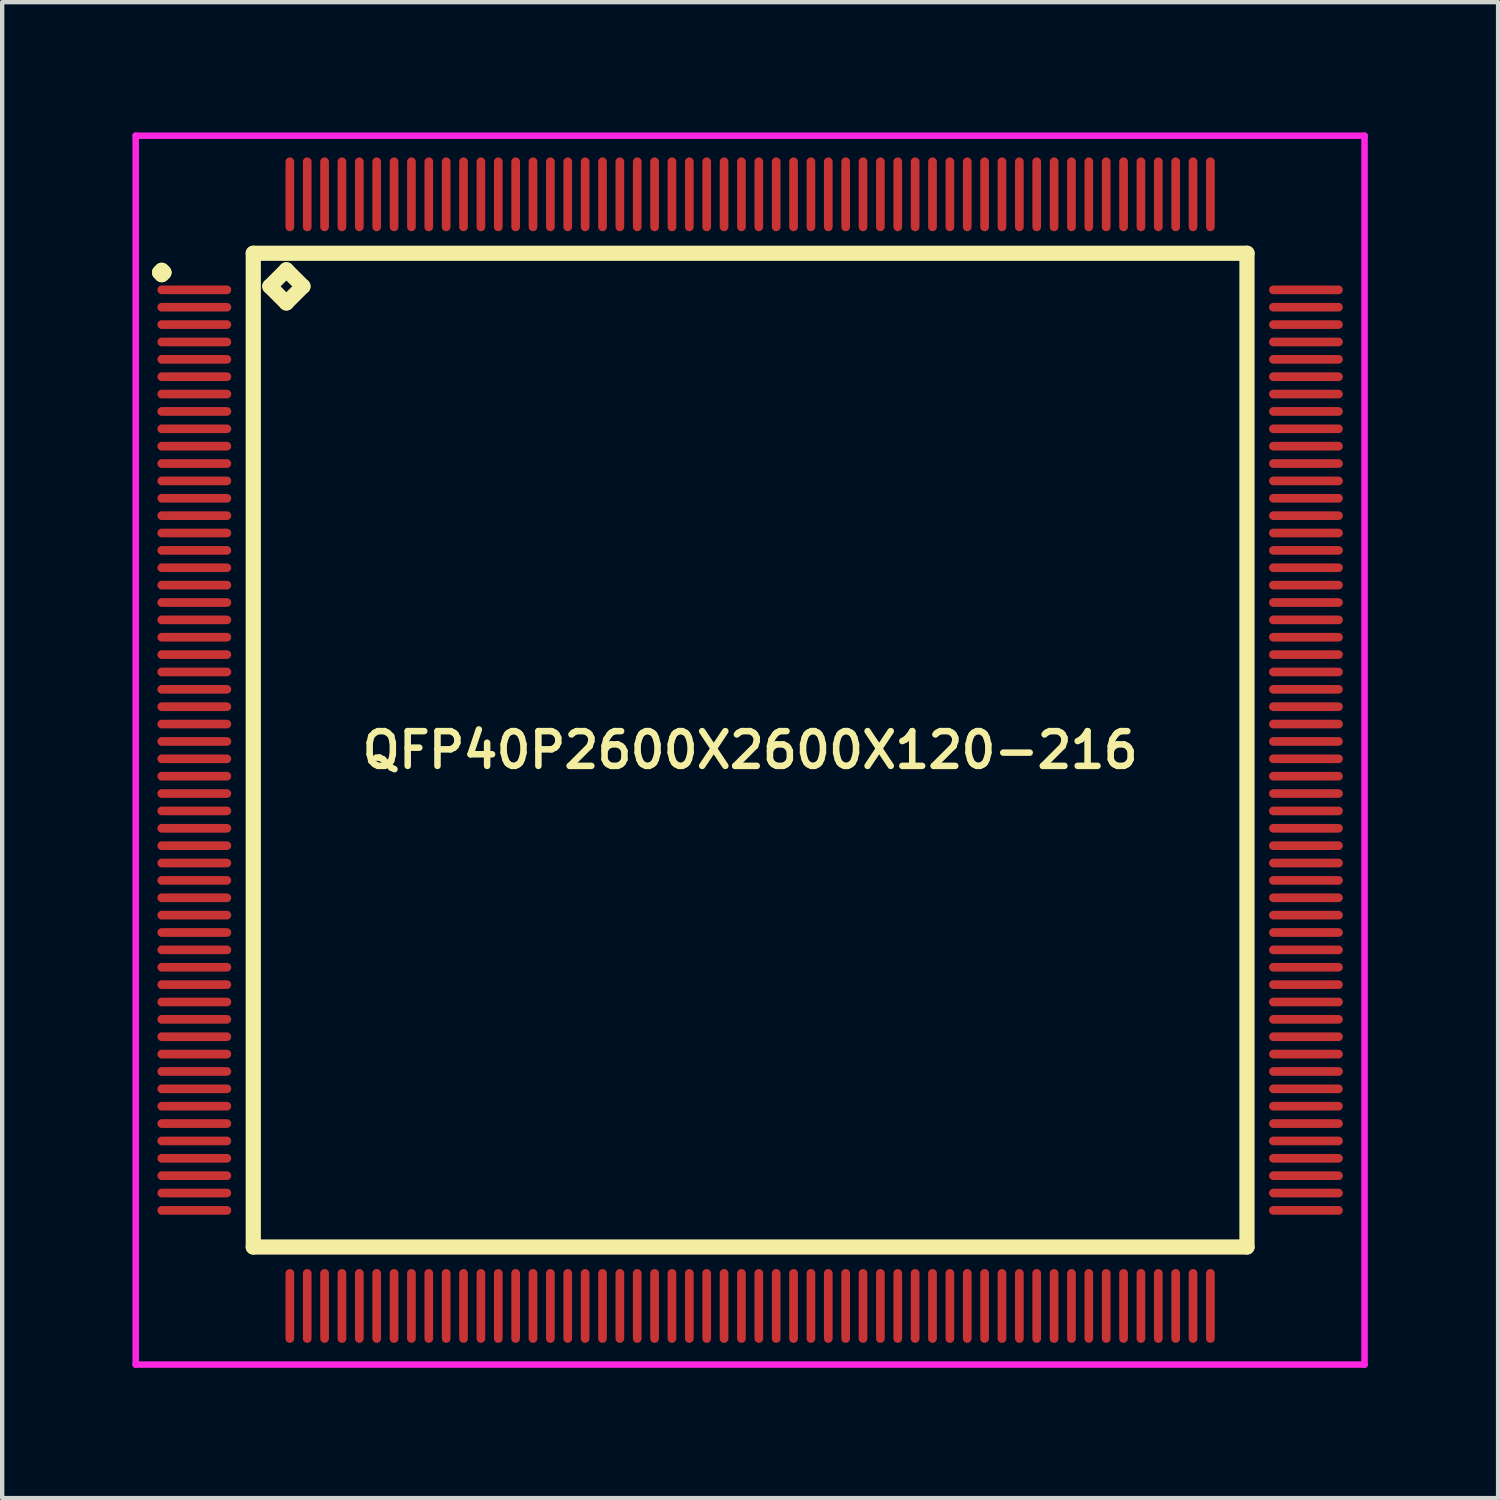
<source format=kicad_pcb>
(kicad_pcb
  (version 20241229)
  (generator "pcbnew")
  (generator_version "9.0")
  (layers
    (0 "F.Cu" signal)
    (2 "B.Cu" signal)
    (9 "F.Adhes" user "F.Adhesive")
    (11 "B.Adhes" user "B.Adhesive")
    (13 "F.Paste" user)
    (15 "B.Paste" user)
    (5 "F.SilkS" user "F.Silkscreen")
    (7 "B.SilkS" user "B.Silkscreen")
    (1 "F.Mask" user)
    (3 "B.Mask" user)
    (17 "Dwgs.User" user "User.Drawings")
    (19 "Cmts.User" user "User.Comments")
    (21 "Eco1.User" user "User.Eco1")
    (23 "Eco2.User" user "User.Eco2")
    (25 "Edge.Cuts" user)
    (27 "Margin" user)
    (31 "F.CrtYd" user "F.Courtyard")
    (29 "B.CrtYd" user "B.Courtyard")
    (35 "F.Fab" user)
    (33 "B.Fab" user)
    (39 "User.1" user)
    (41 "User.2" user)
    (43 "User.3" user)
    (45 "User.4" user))
  (footprint "QFP40P2600X2600X120-216"
    (layer "F.Cu")
    (at 14.225 14.225)
    (property "Reference" "QFP40P2600X2600X120-216" (at 0 0 0) (layer "F.SilkS") (effects (font (size 0.8 0.8) (thickness 0.15))))
    (attr through_hole)
    (fp_line (start -13.6 -11) (end -13.55 -11.05) (stroke (width 0.35) (type solid)) (layer "F.SilkS"))
    (fp_line (start -13.55 -11.05) (end -13.5 -11) (stroke (width 0.35) (type solid)) (layer "F.SilkS"))
    (fp_line (start -13.55 -10.95) (end -13.6 -11) (stroke (width 0.35) (type solid)) (layer "F.SilkS"))
    (fp_line (start -13.5 -11) (end -13.55 -10.95) (stroke (width 0.35) (type solid)) (layer "F.SilkS"))
    (fp_line (start -11.442 -11.442) (end -11.442 11.442) (stroke (width 0.35) (type solid)) (layer "F.SilkS"))
    (fp_line (start -11.442 11.442) (end 11.442 11.442) (stroke (width 0.35) (type solid)) (layer "F.SilkS"))
    (fp_line (start -11.061 -10.68) (end -10.68 -11.061) (stroke (width 0.35) (type solid)) (layer "F.SilkS"))
    (fp_line (start -10.68 -11.061) (end -10.299 -10.68) (stroke (width 0.35) (type solid)) (layer "F.SilkS"))
    (fp_line (start -10.68 -10.299) (end -11.061 -10.68) (stroke (width 0.35) (type solid)) (layer "F.SilkS"))
    (fp_line (start -10.299 -10.68) (end -10.68 -10.299) (stroke (width 0.35) (type solid)) (layer "F.SilkS"))
    (fp_line (start 11.442 -11.442) (end -11.442 -11.442) (stroke (width 0.35) (type solid)) (layer "F.SilkS"))
    (fp_line (start 11.442 11.442) (end 11.442 -11.442) (stroke (width 0.35) (type solid)) (layer "F.SilkS"))
    (fp_line (start -14.15 -14.15) (end 14.15 -14.15) (stroke (width 0.15) (type solid)) (layer "F.CrtYd"))
    (fp_line (start -14.15 14.15) (end -14.15 -14.15) (stroke (width 0.15) (type solid)) (layer "F.CrtYd"))
    (fp_line (start 14.15 -14.15) (end 14.15 14.15) (stroke (width 0.15) (type solid)) (layer "F.CrtYd"))
    (fp_line (start 14.15 14.15) (end -14.15 14.15) (stroke (width 0.15) (type solid)) (layer "F.CrtYd"))
    (pad "1" smd oval (at -12.8 -10.6) (size 1.7 0.2) (layers "F.Cu" "F.Mask" "F.Paste"))
    (pad "2" smd oval (at -12.8 -10.2) (size 1.7 0.2) (layers "F.Cu" "F.Mask" "F.Paste"))
    (pad "3" smd oval (at -12.8 -9.8) (size 1.7 0.2) (layers "F.Cu" "F.Mask" "F.Paste"))
    (pad "4" smd oval (at -12.8 -9.4) (size 1.7 0.2) (layers "F.Cu" "F.Mask" "F.Paste"))
    (pad "5" smd oval (at -12.8 -9) (size 1.7 0.2) (layers "F.Cu" "F.Mask" "F.Paste"))
    (pad "6" smd oval (at -12.8 -8.6) (size 1.7 0.2) (layers "F.Cu" "F.Mask" "F.Paste"))
    (pad "7" smd oval (at -12.8 -8.2) (size 1.7 0.2) (layers "F.Cu" "F.Mask" "F.Paste"))
    (pad "8" smd oval (at -12.8 -7.8) (size 1.7 0.2) (layers "F.Cu" "F.Mask" "F.Paste"))
    (pad "9" smd oval (at -12.8 -7.4) (size 1.7 0.2) (layers "F.Cu" "F.Mask" "F.Paste"))
    (pad "10" smd oval (at -12.8 -7) (size 1.7 0.2) (layers "F.Cu" "F.Mask" "F.Paste"))
    (pad "11" smd oval (at -12.8 -6.6) (size 1.7 0.2) (layers "F.Cu" "F.Mask" "F.Paste"))
    (pad "12" smd oval (at -12.8 -6.2) (size 1.7 0.2) (layers "F.Cu" "F.Mask" "F.Paste"))
    (pad "13" smd oval (at -12.8 -5.8) (size 1.7 0.2) (layers "F.Cu" "F.Mask" "F.Paste"))
    (pad "14" smd oval (at -12.8 -5.4) (size 1.7 0.2) (layers "F.Cu" "F.Mask" "F.Paste"))
    (pad "15" smd oval (at -12.8 -5) (size 1.7 0.2) (layers "F.Cu" "F.Mask" "F.Paste"))
    (pad "16" smd oval (at -12.8 -4.6) (size 1.7 0.2) (layers "F.Cu" "F.Mask" "F.Paste"))
    (pad "17" smd oval (at -12.8 -4.2) (size 1.7 0.2) (layers "F.Cu" "F.Mask" "F.Paste"))
    (pad "18" smd oval (at -12.8 -3.8) (size 1.7 0.2) (layers "F.Cu" "F.Mask" "F.Paste"))
    (pad "19" smd oval (at -12.8 -3.4) (size 1.7 0.2) (layers "F.Cu" "F.Mask" "F.Paste"))
    (pad "20" smd oval (at -12.8 -3) (size 1.7 0.2) (layers "F.Cu" "F.Mask" "F.Paste"))
    (pad "21" smd oval (at -12.8 -2.6) (size 1.7 0.2) (layers "F.Cu" "F.Mask" "F.Paste"))
    (pad "22" smd oval (at -12.8 -2.2) (size 1.7 0.2) (layers "F.Cu" "F.Mask" "F.Paste"))
    (pad "23" smd oval (at -12.8 -1.8) (size 1.7 0.2) (layers "F.Cu" "F.Mask" "F.Paste"))
    (pad "24" smd oval (at -12.8 -1.4) (size 1.7 0.2) (layers "F.Cu" "F.Mask" "F.Paste"))
    (pad "25" smd oval (at -12.8 -1) (size 1.7 0.2) (layers "F.Cu" "F.Mask" "F.Paste"))
    (pad "26" smd oval (at -12.8 -0.6) (size 1.7 0.2) (layers "F.Cu" "F.Mask" "F.Paste"))
    (pad "27" smd oval (at -12.8 -0.2) (size 1.7 0.2) (layers "F.Cu" "F.Mask" "F.Paste"))
    (pad "28" smd oval (at -12.8 0.2) (size 1.7 0.2) (layers "F.Cu" "F.Mask" "F.Paste"))
    (pad "29" smd oval (at -12.8 0.6) (size 1.7 0.2) (layers "F.Cu" "F.Mask" "F.Paste"))
    (pad "30" smd oval (at -12.8 1) (size 1.7 0.2) (layers "F.Cu" "F.Mask" "F.Paste"))
    (pad "31" smd oval (at -12.8 1.4) (size 1.7 0.2) (layers "F.Cu" "F.Mask" "F.Paste"))
    (pad "32" smd oval (at -12.8 1.8) (size 1.7 0.2) (layers "F.Cu" "F.Mask" "F.Paste"))
    (pad "33" smd oval (at -12.8 2.2) (size 1.7 0.2) (layers "F.Cu" "F.Mask" "F.Paste"))
    (pad "34" smd oval (at -12.8 2.6) (size 1.7 0.2) (layers "F.Cu" "F.Mask" "F.Paste"))
    (pad "35" smd oval (at -12.8 3) (size 1.7 0.2) (layers "F.Cu" "F.Mask" "F.Paste"))
    (pad "36" smd oval (at -12.8 3.4) (size 1.7 0.2) (layers "F.Cu" "F.Mask" "F.Paste"))
    (pad "37" smd oval (at -12.8 3.8) (size 1.7 0.2) (layers "F.Cu" "F.Mask" "F.Paste"))
    (pad "38" smd oval (at -12.8 4.2) (size 1.7 0.2) (layers "F.Cu" "F.Mask" "F.Paste"))
    (pad "39" smd oval (at -12.8 4.6) (size 1.7 0.2) (layers "F.Cu" "F.Mask" "F.Paste"))
    (pad "40" smd oval (at -12.8 5) (size 1.7 0.2) (layers "F.Cu" "F.Mask" "F.Paste"))
    (pad "41" smd oval (at -12.8 5.4) (size 1.7 0.2) (layers "F.Cu" "F.Mask" "F.Paste"))
    (pad "42" smd oval (at -12.8 5.8) (size 1.7 0.2) (layers "F.Cu" "F.Mask" "F.Paste"))
    (pad "43" smd oval (at -12.8 6.2) (size 1.7 0.2) (layers "F.Cu" "F.Mask" "F.Paste"))
    (pad "44" smd oval (at -12.8 6.6) (size 1.7 0.2) (layers "F.Cu" "F.Mask" "F.Paste"))
    (pad "45" smd oval (at -12.8 7) (size 1.7 0.2) (layers "F.Cu" "F.Mask" "F.Paste"))
    (pad "46" smd oval (at -12.8 7.4) (size 1.7 0.2) (layers "F.Cu" "F.Mask" "F.Paste"))
    (pad "47" smd oval (at -12.8 7.8) (size 1.7 0.2) (layers "F.Cu" "F.Mask" "F.Paste"))
    (pad "48" smd oval (at -12.8 8.2) (size 1.7 0.2) (layers "F.Cu" "F.Mask" "F.Paste"))
    (pad "49" smd oval (at -12.8 8.6) (size 1.7 0.2) (layers "F.Cu" "F.Mask" "F.Paste"))
    (pad "50" smd oval (at -12.8 9) (size 1.7 0.2) (layers "F.Cu" "F.Mask" "F.Paste"))
    (pad "51" smd oval (at -12.8 9.4) (size 1.7 0.2) (layers "F.Cu" "F.Mask" "F.Paste"))
    (pad "52" smd oval (at -12.8 9.8) (size 1.7 0.2) (layers "F.Cu" "F.Mask" "F.Paste"))
    (pad "53" smd oval (at -12.8 10.2) (size 1.7 0.2) (layers "F.Cu" "F.Mask" "F.Paste"))
    (pad "54" smd oval (at -12.8 10.6) (size 1.7 0.2) (layers "F.Cu" "F.Mask" "F.Paste"))
    (pad "55" smd oval (at -10.6 12.8) (size 0.2 1.7) (layers "F.Cu" "F.Mask" "F.Paste"))
    (pad "56" smd oval (at -10.2 12.8) (size 0.2 1.7) (layers "F.Cu" "F.Mask" "F.Paste"))
    (pad "57" smd oval (at -9.8 12.8) (size 0.2 1.7) (layers "F.Cu" "F.Mask" "F.Paste"))
    (pad "58" smd oval (at -9.4 12.8) (size 0.2 1.7) (layers "F.Cu" "F.Mask" "F.Paste"))
    (pad "59" smd oval (at -9 12.8) (size 0.2 1.7) (layers "F.Cu" "F.Mask" "F.Paste"))
    (pad "60" smd oval (at -8.6 12.8) (size 0.2 1.7) (layers "F.Cu" "F.Mask" "F.Paste"))
    (pad "61" smd oval (at -8.2 12.8) (size 0.2 1.7) (layers "F.Cu" "F.Mask" "F.Paste"))
    (pad "62" smd oval (at -7.8 12.8) (size 0.2 1.7) (layers "F.Cu" "F.Mask" "F.Paste"))
    (pad "63" smd oval (at -7.4 12.8) (size 0.2 1.7) (layers "F.Cu" "F.Mask" "F.Paste"))
    (pad "64" smd oval (at -7 12.8) (size 0.2 1.7) (layers "F.Cu" "F.Mask" "F.Paste"))
    (pad "65" smd oval (at -6.6 12.8) (size 0.2 1.7) (layers "F.Cu" "F.Mask" "F.Paste"))
    (pad "66" smd oval (at -6.2 12.8) (size 0.2 1.7) (layers "F.Cu" "F.Mask" "F.Paste"))
    (pad "67" smd oval (at -5.8 12.8) (size 0.2 1.7) (layers "F.Cu" "F.Mask" "F.Paste"))
    (pad "68" smd oval (at -5.4 12.8) (size 0.2 1.7) (layers "F.Cu" "F.Mask" "F.Paste"))
    (pad "69" smd oval (at -5 12.8) (size 0.2 1.7) (layers "F.Cu" "F.Mask" "F.Paste"))
    (pad "70" smd oval (at -4.6 12.8) (size 0.2 1.7) (layers "F.Cu" "F.Mask" "F.Paste"))
    (pad "71" smd oval (at -4.2 12.8) (size 0.2 1.7) (layers "F.Cu" "F.Mask" "F.Paste"))
    (pad "72" smd oval (at -3.8 12.8) (size 0.2 1.7) (layers "F.Cu" "F.Mask" "F.Paste"))
    (pad "73" smd oval (at -3.4 12.8) (size 0.2 1.7) (layers "F.Cu" "F.Mask" "F.Paste"))
    (pad "74" smd oval (at -3 12.8) (size 0.2 1.7) (layers "F.Cu" "F.Mask" "F.Paste"))
    (pad "75" smd oval (at -2.6 12.8) (size 0.2 1.7) (layers "F.Cu" "F.Mask" "F.Paste"))
    (pad "76" smd oval (at -2.2 12.8) (size 0.2 1.7) (layers "F.Cu" "F.Mask" "F.Paste"))
    (pad "77" smd oval (at -1.8 12.8) (size 0.2 1.7) (layers "F.Cu" "F.Mask" "F.Paste"))
    (pad "78" smd oval (at -1.4 12.8) (size 0.2 1.7) (layers "F.Cu" "F.Mask" "F.Paste"))
    (pad "79" smd oval (at -1 12.8) (size 0.2 1.7) (layers "F.Cu" "F.Mask" "F.Paste"))
    (pad "80" smd oval (at -0.6 12.8) (size 0.2 1.7) (layers "F.Cu" "F.Mask" "F.Paste"))
    (pad "81" smd oval (at -0.2 12.8) (size 0.2 1.7) (layers "F.Cu" "F.Mask" "F.Paste"))
    (pad "82" smd oval (at 0.2 12.8) (size 0.2 1.7) (layers "F.Cu" "F.Mask" "F.Paste"))
    (pad "83" smd oval (at 0.6 12.8) (size 0.2 1.7) (layers "F.Cu" "F.Mask" "F.Paste"))
    (pad "84" smd oval (at 1 12.8) (size 0.2 1.7) (layers "F.Cu" "F.Mask" "F.Paste"))
    (pad "85" smd oval (at 1.4 12.8) (size 0.2 1.7) (layers "F.Cu" "F.Mask" "F.Paste"))
    (pad "86" smd oval (at 1.8 12.8) (size 0.2 1.7) (layers "F.Cu" "F.Mask" "F.Paste"))
    (pad "87" smd oval (at 2.2 12.8) (size 0.2 1.7) (layers "F.Cu" "F.Mask" "F.Paste"))
    (pad "88" smd oval (at 2.6 12.8) (size 0.2 1.7) (layers "F.Cu" "F.Mask" "F.Paste"))
    (pad "89" smd oval (at 3 12.8) (size 0.2 1.7) (layers "F.Cu" "F.Mask" "F.Paste"))
    (pad "90" smd oval (at 3.4 12.8) (size 0.2 1.7) (layers "F.Cu" "F.Mask" "F.Paste"))
    (pad "91" smd oval (at 3.8 12.8) (size 0.2 1.7) (layers "F.Cu" "F.Mask" "F.Paste"))
    (pad "92" smd oval (at 4.2 12.8) (size 0.2 1.7) (layers "F.Cu" "F.Mask" "F.Paste"))
    (pad "93" smd oval (at 4.6 12.8) (size 0.2 1.7) (layers "F.Cu" "F.Mask" "F.Paste"))
    (pad "94" smd oval (at 5 12.8) (size 0.2 1.7) (layers "F.Cu" "F.Mask" "F.Paste"))
    (pad "95" smd oval (at 5.4 12.8) (size 0.2 1.7) (layers "F.Cu" "F.Mask" "F.Paste"))
    (pad "96" smd oval (at 5.8 12.8) (size 0.2 1.7) (layers "F.Cu" "F.Mask" "F.Paste"))
    (pad "97" smd oval (at 6.2 12.8) (size 0.2 1.7) (layers "F.Cu" "F.Mask" "F.Paste"))
    (pad "98" smd oval (at 6.6 12.8) (size 0.2 1.7) (layers "F.Cu" "F.Mask" "F.Paste"))
    (pad "99" smd oval (at 7 12.8) (size 0.2 1.7) (layers "F.Cu" "F.Mask" "F.Paste"))
    (pad "100" smd oval (at 7.4 12.8) (size 0.2 1.7) (layers "F.Cu" "F.Mask" "F.Paste"))
    (pad "101" smd oval (at 7.8 12.8) (size 0.2 1.7) (layers "F.Cu" "F.Mask" "F.Paste"))
    (pad "102" smd oval (at 8.2 12.8) (size 0.2 1.7) (layers "F.Cu" "F.Mask" "F.Paste"))
    (pad "103" smd oval (at 8.6 12.8) (size 0.2 1.7) (layers "F.Cu" "F.Mask" "F.Paste"))
    (pad "104" smd oval (at 9 12.8) (size 0.2 1.7) (layers "F.Cu" "F.Mask" "F.Paste"))
    (pad "105" smd oval (at 9.4 12.8) (size 0.2 1.7) (layers "F.Cu" "F.Mask" "F.Paste"))
    (pad "106" smd oval (at 9.8 12.8) (size 0.2 1.7) (layers "F.Cu" "F.Mask" "F.Paste"))
    (pad "107" smd oval (at 10.2 12.8) (size 0.2 1.7) (layers "F.Cu" "F.Mask" "F.Paste"))
    (pad "108" smd oval (at 10.6 12.8) (size 0.2 1.7) (layers "F.Cu" "F.Mask" "F.Paste"))
    (pad "109" smd oval (at 12.8 10.6) (size 1.7 0.2) (layers "F.Cu" "F.Mask" "F.Paste"))
    (pad "110" smd oval (at 12.8 10.2) (size 1.7 0.2) (layers "F.Cu" "F.Mask" "F.Paste"))
    (pad "111" smd oval (at 12.8 9.8) (size 1.7 0.2) (layers "F.Cu" "F.Mask" "F.Paste"))
    (pad "112" smd oval (at 12.8 9.4) (size 1.7 0.2) (layers "F.Cu" "F.Mask" "F.Paste"))
    (pad "113" smd oval (at 12.8 9) (size 1.7 0.2) (layers "F.Cu" "F.Mask" "F.Paste"))
    (pad "114" smd oval (at 12.8 8.6) (size 1.7 0.2) (layers "F.Cu" "F.Mask" "F.Paste"))
    (pad "115" smd oval (at 12.8 8.2) (size 1.7 0.2) (layers "F.Cu" "F.Mask" "F.Paste"))
    (pad "116" smd oval (at 12.8 7.8) (size 1.7 0.2) (layers "F.Cu" "F.Mask" "F.Paste"))
    (pad "117" smd oval (at 12.8 7.4) (size 1.7 0.2) (layers "F.Cu" "F.Mask" "F.Paste"))
    (pad "118" smd oval (at 12.8 7) (size 1.7 0.2) (layers "F.Cu" "F.Mask" "F.Paste"))
    (pad "119" smd oval (at 12.8 6.6) (size 1.7 0.2) (layers "F.Cu" "F.Mask" "F.Paste"))
    (pad "120" smd oval (at 12.8 6.2) (size 1.7 0.2) (layers "F.Cu" "F.Mask" "F.Paste"))
    (pad "121" smd oval (at 12.8 5.8) (size 1.7 0.2) (layers "F.Cu" "F.Mask" "F.Paste"))
    (pad "122" smd oval (at 12.8 5.4) (size 1.7 0.2) (layers "F.Cu" "F.Mask" "F.Paste"))
    (pad "123" smd oval (at 12.8 5) (size 1.7 0.2) (layers "F.Cu" "F.Mask" "F.Paste"))
    (pad "124" smd oval (at 12.8 4.6) (size 1.7 0.2) (layers "F.Cu" "F.Mask" "F.Paste"))
    (pad "125" smd oval (at 12.8 4.2) (size 1.7 0.2) (layers "F.Cu" "F.Mask" "F.Paste"))
    (pad "126" smd oval (at 12.8 3.8) (size 1.7 0.2) (layers "F.Cu" "F.Mask" "F.Paste"))
    (pad "127" smd oval (at 12.8 3.4) (size 1.7 0.2) (layers "F.Cu" "F.Mask" "F.Paste"))
    (pad "128" smd oval (at 12.8 3) (size 1.7 0.2) (layers "F.Cu" "F.Mask" "F.Paste"))
    (pad "129" smd oval (at 12.8 2.6) (size 1.7 0.2) (layers "F.Cu" "F.Mask" "F.Paste"))
    (pad "130" smd oval (at 12.8 2.2) (size 1.7 0.2) (layers "F.Cu" "F.Mask" "F.Paste"))
    (pad "131" smd oval (at 12.8 1.8) (size 1.7 0.2) (layers "F.Cu" "F.Mask" "F.Paste"))
    (pad "132" smd oval (at 12.8 1.4) (size 1.7 0.2) (layers "F.Cu" "F.Mask" "F.Paste"))
    (pad "133" smd oval (at 12.8 1) (size 1.7 0.2) (layers "F.Cu" "F.Mask" "F.Paste"))
    (pad "134" smd oval (at 12.8 0.6) (size 1.7 0.2) (layers "F.Cu" "F.Mask" "F.Paste"))
    (pad "135" smd oval (at 12.8 0.2) (size 1.7 0.2) (layers "F.Cu" "F.Mask" "F.Paste"))
    (pad "136" smd oval (at 12.8 -0.2) (size 1.7 0.2) (layers "F.Cu" "F.Mask" "F.Paste"))
    (pad "137" smd oval (at 12.8 -0.6) (size 1.7 0.2) (layers "F.Cu" "F.Mask" "F.Paste"))
    (pad "138" smd oval (at 12.8 -1) (size 1.7 0.2) (layers "F.Cu" "F.Mask" "F.Paste"))
    (pad "139" smd oval (at 12.8 -1.4) (size 1.7 0.2) (layers "F.Cu" "F.Mask" "F.Paste"))
    (pad "140" smd oval (at 12.8 -1.8) (size 1.7 0.2) (layers "F.Cu" "F.Mask" "F.Paste"))
    (pad "141" smd oval (at 12.8 -2.2) (size 1.7 0.2) (layers "F.Cu" "F.Mask" "F.Paste"))
    (pad "142" smd oval (at 12.8 -2.6) (size 1.7 0.2) (layers "F.Cu" "F.Mask" "F.Paste"))
    (pad "143" smd oval (at 12.8 -3) (size 1.7 0.2) (layers "F.Cu" "F.Mask" "F.Paste"))
    (pad "144" smd oval (at 12.8 -3.4) (size 1.7 0.2) (layers "F.Cu" "F.Mask" "F.Paste"))
    (pad "145" smd oval (at 12.8 -3.8) (size 1.7 0.2) (layers "F.Cu" "F.Mask" "F.Paste"))
    (pad "146" smd oval (at 12.8 -4.2) (size 1.7 0.2) (layers "F.Cu" "F.Mask" "F.Paste"))
    (pad "147" smd oval (at 12.8 -4.6) (size 1.7 0.2) (layers "F.Cu" "F.Mask" "F.Paste"))
    (pad "148" smd oval (at 12.8 -5) (size 1.7 0.2) (layers "F.Cu" "F.Mask" "F.Paste"))
    (pad "149" smd oval (at 12.8 -5.4) (size 1.7 0.2) (layers "F.Cu" "F.Mask" "F.Paste"))
    (pad "150" smd oval (at 12.8 -5.8) (size 1.7 0.2) (layers "F.Cu" "F.Mask" "F.Paste"))
    (pad "151" smd oval (at 12.8 -6.2) (size 1.7 0.2) (layers "F.Cu" "F.Mask" "F.Paste"))
    (pad "152" smd oval (at 12.8 -6.6) (size 1.7 0.2) (layers "F.Cu" "F.Mask" "F.Paste"))
    (pad "153" smd oval (at 12.8 -7) (size 1.7 0.2) (layers "F.Cu" "F.Mask" "F.Paste"))
    (pad "154" smd oval (at 12.8 -7.4) (size 1.7 0.2) (layers "F.Cu" "F.Mask" "F.Paste"))
    (pad "155" smd oval (at 12.8 -7.8) (size 1.7 0.2) (layers "F.Cu" "F.Mask" "F.Paste"))
    (pad "156" smd oval (at 12.8 -8.2) (size 1.7 0.2) (layers "F.Cu" "F.Mask" "F.Paste"))
    (pad "157" smd oval (at 12.8 -8.6) (size 1.7 0.2) (layers "F.Cu" "F.Mask" "F.Paste"))
    (pad "158" smd oval (at 12.8 -9) (size 1.7 0.2) (layers "F.Cu" "F.Mask" "F.Paste"))
    (pad "159" smd oval (at 12.8 -9.4) (size 1.7 0.2) (layers "F.Cu" "F.Mask" "F.Paste"))
    (pad "160" smd oval (at 12.8 -9.8) (size 1.7 0.2) (layers "F.Cu" "F.Mask" "F.Paste"))
    (pad "161" smd oval (at 12.8 -10.2) (size 1.7 0.2) (layers "F.Cu" "F.Mask" "F.Paste"))
    (pad "162" smd oval (at 12.8 -10.6) (size 1.7 0.2) (layers "F.Cu" "F.Mask" "F.Paste"))
    (pad "163" smd oval (at 10.6 -12.8) (size 0.2 1.7) (layers "F.Cu" "F.Mask" "F.Paste"))
    (pad "164" smd oval (at 10.2 -12.8) (size 0.2 1.7) (layers "F.Cu" "F.Mask" "F.Paste"))
    (pad "165" smd oval (at 9.8 -12.8) (size 0.2 1.7) (layers "F.Cu" "F.Mask" "F.Paste"))
    (pad "166" smd oval (at 9.4 -12.8) (size 0.2 1.7) (layers "F.Cu" "F.Mask" "F.Paste"))
    (pad "167" smd oval (at 9 -12.8) (size 0.2 1.7) (layers "F.Cu" "F.Mask" "F.Paste"))
    (pad "168" smd oval (at 8.6 -12.8) (size 0.2 1.7) (layers "F.Cu" "F.Mask" "F.Paste"))
    (pad "169" smd oval (at 8.2 -12.8) (size 0.2 1.7) (layers "F.Cu" "F.Mask" "F.Paste"))
    (pad "170" smd oval (at 7.8 -12.8) (size 0.2 1.7) (layers "F.Cu" "F.Mask" "F.Paste"))
    (pad "171" smd oval (at 7.4 -12.8) (size 0.2 1.7) (layers "F.Cu" "F.Mask" "F.Paste"))
    (pad "172" smd oval (at 7 -12.8) (size 0.2 1.7) (layers "F.Cu" "F.Mask" "F.Paste"))
    (pad "173" smd oval (at 6.6 -12.8) (size 0.2 1.7) (layers "F.Cu" "F.Mask" "F.Paste"))
    (pad "174" smd oval (at 6.2 -12.8) (size 0.2 1.7) (layers "F.Cu" "F.Mask" "F.Paste"))
    (pad "175" smd oval (at 5.8 -12.8) (size 0.2 1.7) (layers "F.Cu" "F.Mask" "F.Paste"))
    (pad "176" smd oval (at 5.4 -12.8) (size 0.2 1.7) (layers "F.Cu" "F.Mask" "F.Paste"))
    (pad "177" smd oval (at 5 -12.8) (size 0.2 1.7) (layers "F.Cu" "F.Mask" "F.Paste"))
    (pad "178" smd oval (at 4.6 -12.8) (size 0.2 1.7) (layers "F.Cu" "F.Mask" "F.Paste"))
    (pad "179" smd oval (at 4.2 -12.8) (size 0.2 1.7) (layers "F.Cu" "F.Mask" "F.Paste"))
    (pad "180" smd oval (at 3.8 -12.8) (size 0.2 1.7) (layers "F.Cu" "F.Mask" "F.Paste"))
    (pad "181" smd oval (at 3.4 -12.8) (size 0.2 1.7) (layers "F.Cu" "F.Mask" "F.Paste"))
    (pad "182" smd oval (at 3 -12.8) (size 0.2 1.7) (layers "F.Cu" "F.Mask" "F.Paste"))
    (pad "183" smd oval (at 2.6 -12.8) (size 0.2 1.7) (layers "F.Cu" "F.Mask" "F.Paste"))
    (pad "184" smd oval (at 2.2 -12.8) (size 0.2 1.7) (layers "F.Cu" "F.Mask" "F.Paste"))
    (pad "185" smd oval (at 1.8 -12.8) (size 0.2 1.7) (layers "F.Cu" "F.Mask" "F.Paste"))
    (pad "186" smd oval (at 1.4 -12.8) (size 0.2 1.7) (layers "F.Cu" "F.Mask" "F.Paste"))
    (pad "187" smd oval (at 1 -12.8) (size 0.2 1.7) (layers "F.Cu" "F.Mask" "F.Paste"))
    (pad "188" smd oval (at 0.6 -12.8) (size 0.2 1.7) (layers "F.Cu" "F.Mask" "F.Paste"))
    (pad "189" smd oval (at 0.2 -12.8) (size 0.2 1.7) (layers "F.Cu" "F.Mask" "F.Paste"))
    (pad "190" smd oval (at -0.2 -12.8) (size 0.2 1.7) (layers "F.Cu" "F.Mask" "F.Paste"))
    (pad "191" smd oval (at -0.6 -12.8) (size 0.2 1.7) (layers "F.Cu" "F.Mask" "F.Paste"))
    (pad "192" smd oval (at -1 -12.8) (size 0.2 1.7) (layers "F.Cu" "F.Mask" "F.Paste"))
    (pad "193" smd oval (at -1.4 -12.8) (size 0.2 1.7) (layers "F.Cu" "F.Mask" "F.Paste"))
    (pad "194" smd oval (at -1.8 -12.8) (size 0.2 1.7) (layers "F.Cu" "F.Mask" "F.Paste"))
    (pad "195" smd oval (at -2.2 -12.8) (size 0.2 1.7) (layers "F.Cu" "F.Mask" "F.Paste"))
    (pad "196" smd oval (at -2.6 -12.8) (size 0.2 1.7) (layers "F.Cu" "F.Mask" "F.Paste"))
    (pad "197" smd oval (at -3 -12.8) (size 0.2 1.7) (layers "F.Cu" "F.Mask" "F.Paste"))
    (pad "198" smd oval (at -3.4 -12.8) (size 0.2 1.7) (layers "F.Cu" "F.Mask" "F.Paste"))
    (pad "199" smd oval (at -3.8 -12.8) (size 0.2 1.7) (layers "F.Cu" "F.Mask" "F.Paste"))
    (pad "200" smd oval (at -4.2 -12.8) (size 0.2 1.7) (layers "F.Cu" "F.Mask" "F.Paste"))
    (pad "201" smd oval (at -4.6 -12.8) (size 0.2 1.7) (layers "F.Cu" "F.Mask" "F.Paste"))
    (pad "202" smd oval (at -5 -12.8) (size 0.2 1.7) (layers "F.Cu" "F.Mask" "F.Paste"))
    (pad "203" smd oval (at -5.4 -12.8) (size 0.2 1.7) (layers "F.Cu" "F.Mask" "F.Paste"))
    (pad "204" smd oval (at -5.8 -12.8) (size 0.2 1.7) (layers "F.Cu" "F.Mask" "F.Paste"))
    (pad "205" smd oval (at -6.2 -12.8) (size 0.2 1.7) (layers "F.Cu" "F.Mask" "F.Paste"))
    (pad "206" smd oval (at -6.6 -12.8) (size 0.2 1.7) (layers "F.Cu" "F.Mask" "F.Paste"))
    (pad "207" smd oval (at -7 -12.8) (size 0.2 1.7) (layers "F.Cu" "F.Mask" "F.Paste"))
    (pad "208" smd oval (at -7.4 -12.8) (size 0.2 1.7) (layers "F.Cu" "F.Mask" "F.Paste"))
    (pad "209" smd oval (at -7.8 -12.8) (size 0.2 1.7) (layers "F.Cu" "F.Mask" "F.Paste"))
    (pad "210" smd oval (at -8.2 -12.8) (size 0.2 1.7) (layers "F.Cu" "F.Mask" "F.Paste"))
    (pad "211" smd oval (at -8.6 -12.8) (size 0.2 1.7) (layers "F.Cu" "F.Mask" "F.Paste"))
    (pad "212" smd oval (at -9 -12.8) (size 0.2 1.7) (layers "F.Cu" "F.Mask" "F.Paste"))
    (pad "213" smd oval (at -9.4 -12.8) (size 0.2 1.7) (layers "F.Cu" "F.Mask" "F.Paste"))
    (pad "214" smd oval (at -9.8 -12.8) (size 0.2 1.7) (layers "F.Cu" "F.Mask" "F.Paste"))
    (pad "215" smd oval (at -10.2 -12.8) (size 0.2 1.7) (layers "F.Cu" "F.Mask" "F.Paste"))
    (pad "216" smd oval (at -10.6 -12.8) (size 0.2 1.7) (layers "F.Cu" "F.Mask" "F.Paste")))
  (gr_rect
    (start -3 -3)
    (end 31.45 31.45)
    (stroke (width 0.1) (type default))
    (fill no)
    (layer "Edge.Cuts")))
</source>
